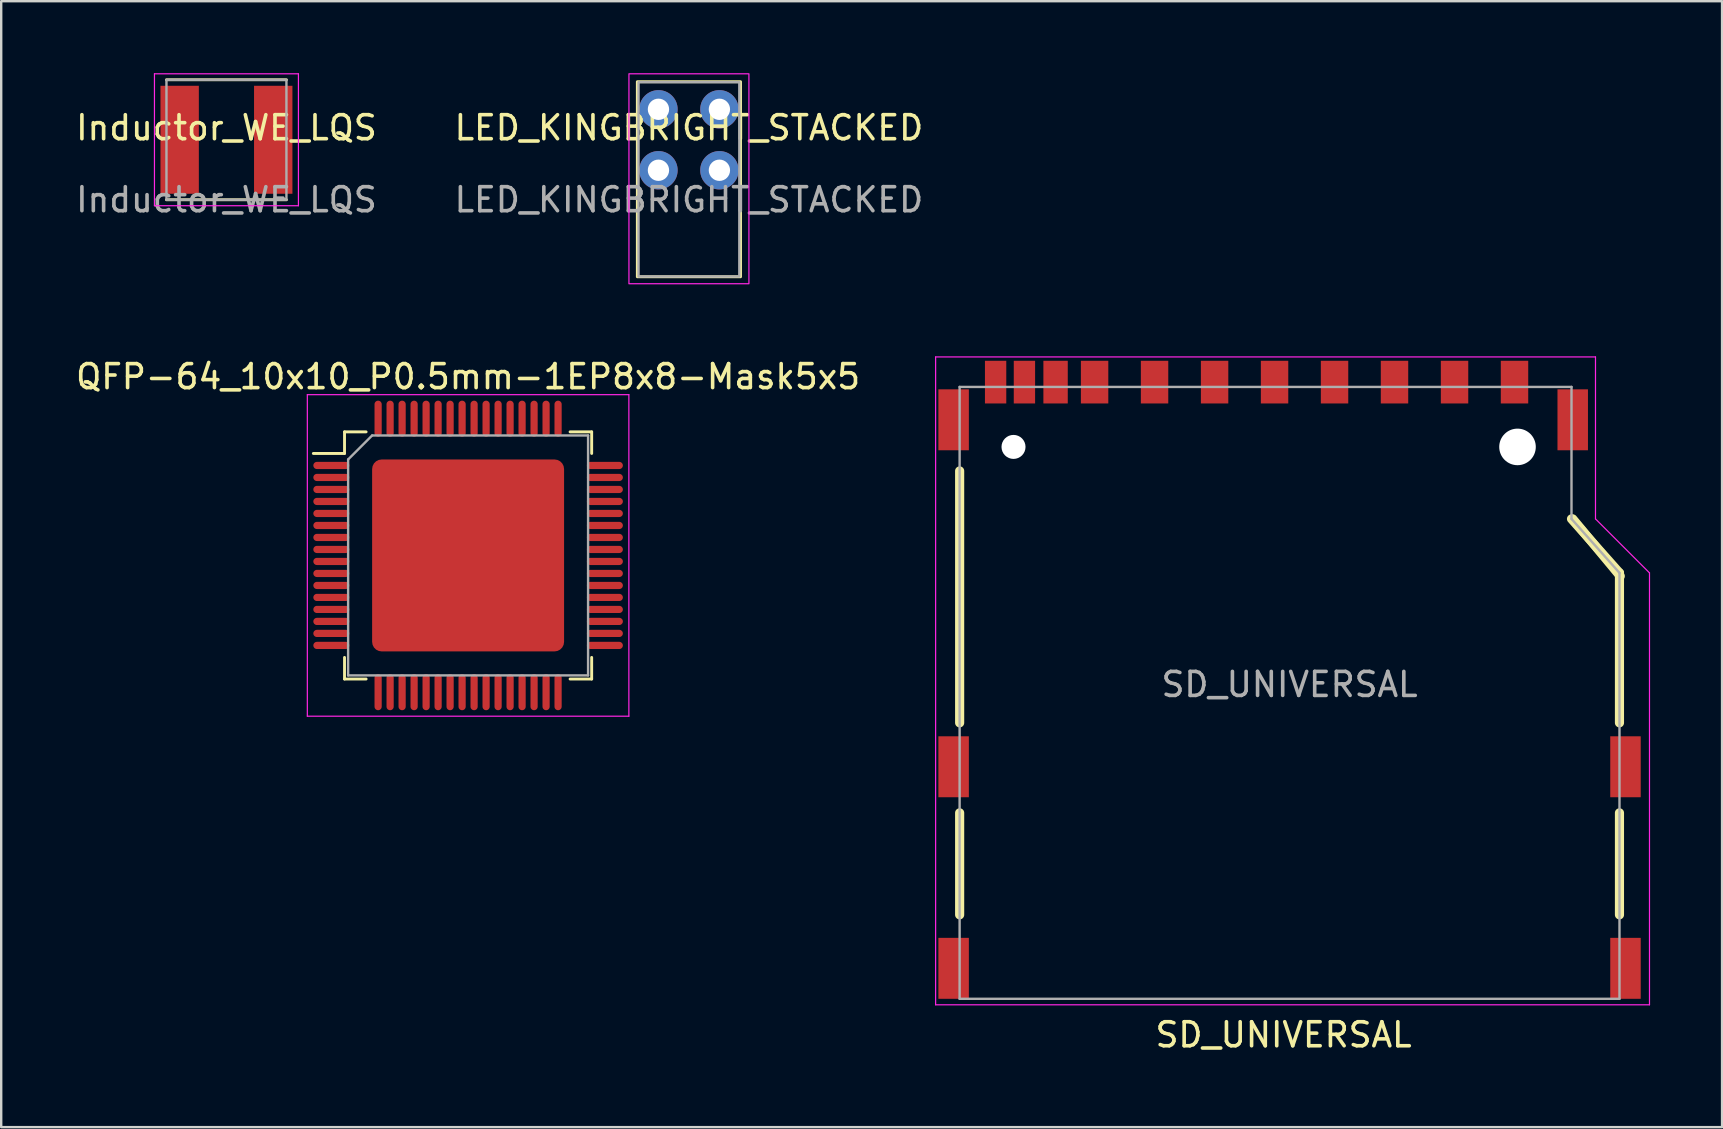
<source format=kicad_pcb>
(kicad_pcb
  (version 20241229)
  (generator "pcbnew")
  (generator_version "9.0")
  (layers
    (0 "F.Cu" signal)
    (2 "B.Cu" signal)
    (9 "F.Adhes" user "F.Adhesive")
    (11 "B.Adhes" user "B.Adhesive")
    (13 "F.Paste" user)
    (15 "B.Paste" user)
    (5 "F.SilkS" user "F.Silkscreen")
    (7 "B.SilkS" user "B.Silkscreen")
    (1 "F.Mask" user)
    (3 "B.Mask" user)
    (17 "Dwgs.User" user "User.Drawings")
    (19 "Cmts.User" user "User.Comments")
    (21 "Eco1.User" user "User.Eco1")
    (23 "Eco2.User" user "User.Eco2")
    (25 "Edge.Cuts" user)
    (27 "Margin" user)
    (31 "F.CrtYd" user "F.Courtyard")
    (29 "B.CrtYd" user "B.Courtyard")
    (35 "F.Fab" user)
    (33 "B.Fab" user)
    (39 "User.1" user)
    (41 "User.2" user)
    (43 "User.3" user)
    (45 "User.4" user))
  (footprint "SD_UNIVERSAL"
    (layer "F.Cu")
    (at 50.692 38.575)
    (property "Reference" "SD_UNIVERSAL" (at -0.249 1.501 0) (layer "F.SilkS") (effects (font (size 1 1) (thickness 0.15))))
    (attr smd)
    (fp_line (start -13.749 -11.501) (end -13.749 -21.999) (stroke (width 0.381) (type solid)) (layer "F.SilkS"))
    (fp_line (start -13.749 -3.5) (end -13.749 -7.75) (stroke (width 0.381) (type solid)) (layer "F.SilkS"))
    (fp_line (start 13.749 -17.75) (end 11.75 -20) (stroke (width 0.381) (type solid)) (layer "F.SilkS"))
    (fp_line (start 13.749 -11.501) (end 13.749 -17.75) (stroke (width 0.381) (type solid)) (layer "F.SilkS"))
    (fp_line (start 13.749 -3.5) (end 13.749 -7.75) (stroke (width 0.381) (type solid)) (layer "F.SilkS"))
    (fp_line (start 13.782 -17.615) (end 11.801 -20) (stroke (width 0.381) (type solid)) (layer "F.SilkS"))
    (fp_line (start -14.75 -26.75) (end 12.75 -26.75) (stroke (width 0.05) (type default)) (layer "F.CrtYd"))
    (fp_line (start -14.75 0.25) (end -14.75 -26.75) (stroke (width 0.05) (type default)) (layer "F.CrtYd"))
    (fp_line (start 12.75 -26.75) (end 12.75 -20) (stroke (width 0.05) (type default)) (layer "F.CrtYd"))
    (fp_line (start 12.75 -20) (end 15 -17.75) (stroke (width 0.05) (type default)) (layer "F.CrtYd"))
    (fp_line (start 15 -17.75) (end 15 0.25) (stroke (width 0.05) (type default)) (layer "F.CrtYd"))
    (fp_line (start 15 0.25) (end -14.75 0.25) (stroke (width 0.05) (type default)) (layer "F.CrtYd"))
    (fp_line (start -13.75 -25.5) (end -13.75 0) (stroke (width 0.1) (type default)) (layer "F.Fab"))
    (fp_line (start -13.75 0) (end 13.75 0) (stroke (width 0.1) (type default)) (layer "F.Fab"))
    (fp_line (start 11.75 -25.5) (end -13.75 -25.5) (stroke (width 0.1) (type default)) (layer "F.Fab"))
    (fp_line (start 11.75 -20) (end 11.75 -25.5) (stroke (width 0.1) (type default)) (layer "F.Fab"))
    (fp_line (start 13.75 -17.75) (end 11.75 -20) (stroke (width 0.1) (type default)) (layer "F.Fab"))
    (fp_line (start 13.75 0) (end 13.75 -17.75) (stroke (width 0.1) (type default)) (layer "F.Fab"))
    (fp_text user "${REFERENCE}" (at 0 -13.1 0) (unlocked yes) (layer "F.Fab") (effects (font (size 1 1) (thickness 0.15))))
    (pad "" np_thru_hole circle (at -11.504 -23) (size 1.001 1.001) (drill 1.001) (layers "*.Cu" "*.Mask"))
    (pad "" np_thru_hole circle (at 9.5 -23) (size 1.524 1.524) (drill 1.524) (layers "*.Cu" "*.Mask"))
    (pad "1" smd rect (at 6.876 -25.7) (size 1.143 1.778) (layers "F.Cu" "F.Mask" "F.Paste"))
    (pad "2" smd rect (at 4.374 -25.7) (size 1.143 1.778) (layers "F.Cu" "F.Mask" "F.Paste"))
    (pad "3" smd rect (at 1.875 -25.7) (size 1.143 1.778) (layers "F.Cu" "F.Mask" "F.Paste"))
    (pad "4" smd rect (at -0.625 -25.7) (size 1.143 1.778) (layers "F.Cu" "F.Mask" "F.Paste"))
    (pad "5" smd rect (at -3.124 -25.7) (size 1.143 1.778) (layers "F.Cu" "F.Mask" "F.Paste"))
    (pad "6" smd rect (at -5.626 -25.7) (size 1.143 1.778) (layers "F.Cu" "F.Mask" "F.Paste"))
    (pad "7" smd rect (at -8.125 -25.7) (size 1.143 1.778) (layers "F.Cu" "F.Mask" "F.Paste"))
    (pad "8" smd rect (at -9.751 -25.7) (size 1.016 1.778) (layers "F.Cu" "F.Mask" "F.Paste"))
    (pad "9" smd rect (at 9.375 -25.7) (size 1.143 1.778) (layers "F.Cu" "F.Mask" "F.Paste"))
    (pad "10" smd rect (at -11.049 -25.7) (size 0.889 1.778) (layers "F.Cu" "F.Mask" "F.Paste"))
    (pad "11" smd rect (at -12.25 -25.7) (size 0.889 1.778) (layers "F.Cu" "F.Mask" "F.Paste"))
    (pad "12" smd rect (at -14 -24.13) (size 1.27 2.54) (layers "F.Cu" "F.Mask" "F.Paste"))
    (pad "12" smd rect (at -14 -9.67) (size 1.27 2.54) (layers "F.Cu" "F.Mask" "F.Paste"))
    (pad "12" smd rect (at 11.801 -24.13) (size 1.27 2.54) (layers "F.Cu" "F.Mask" "F.Paste"))
    (pad "12" smd rect (at 14 -9.67) (size 1.27 2.54) (layers "F.Cu" "F.Mask" "F.Paste"))
    (pad "13" smd rect (at -14 -1.27) (size 1.27 2.54) (layers "F.Cu" "F.Mask" "F.Paste"))
    (pad "13" smd rect (at 14 -1.27) (size 1.27 2.54) (layers "F.Cu" "F.Mask" "F.Paste")))
  (footprint "QFP-64_10x10_P0.5mm-1EP8x8-Mask5x5"
    (layer "F.Cu")
    (at 16.458 20.098)
    (property "Reference" "QFP-64_10x10_P0.5mm-1EP8x8-Mask5x5" (at 0 -7.45 0) (layer "F.SilkS") (effects (font (size 1 1) (thickness 0.15))))
    (attr through_hole)
    (fp_line (start -5.15 -5.15) (end -5.15 -4.25) (stroke (width 0.12) (type default)) (layer "F.SilkS"))
    (fp_line (start -5.15 -4.25) (end -6.45 -4.25) (stroke (width 0.12) (type default)) (layer "F.SilkS"))
    (fp_line (start -5.15 5.15) (end -5.15 4.25) (stroke (width 0.12) (type default)) (layer "F.SilkS"))
    (fp_line (start -4.25 -5.15) (end -5.15 -5.15) (stroke (width 0.12) (type default)) (layer "F.SilkS"))
    (fp_line (start -4.25 5.15) (end -5.15 5.15) (stroke (width 0.12) (type default)) (layer "F.SilkS"))
    (fp_line (start 4.25 -5.15) (end 5.15 -5.15) (stroke (width 0.12) (type default)) (layer "F.SilkS"))
    (fp_line (start 4.25 5.15) (end 5.15 5.15) (stroke (width 0.12) (type default)) (layer "F.SilkS"))
    (fp_line (start 5.15 -5.15) (end 5.15 -4.25) (stroke (width 0.12) (type default)) (layer "F.SilkS"))
    (fp_line (start 5.15 5.15) (end 5.15 4.25) (stroke (width 0.12) (type default)) (layer "F.SilkS"))
    (fp_line (start -6.7 -6.7) (end 6.7 -6.7) (stroke (width 0.05) (type default)) (layer "F.CrtYd"))
    (fp_line (start -6.7 6.7) (end -6.7 -6.7) (stroke (width 0.05) (type default)) (layer "F.CrtYd"))
    (fp_line (start 6.7 -6.7) (end 6.7 6.7) (stroke (width 0.05) (type default)) (layer "F.CrtYd"))
    (fp_line (start 6.7 6.7) (end -6.7 6.7) (stroke (width 0.05) (type default)) (layer "F.CrtYd"))
    (fp_line (start -5 -4) (end -5 5) (stroke (width 0.1) (type default)) (layer "F.Fab"))
    (fp_line (start -5 5) (end 5 5) (stroke (width 0.1) (type default)) (layer "F.Fab"))
    (fp_line (start -4 -5) (end -5 -4) (stroke (width 0.1) (type default)) (layer "F.Fab"))
    (fp_line (start 5 -5) (end -4 -5) (stroke (width 0.1) (type default)) (layer "F.Fab"))
    (fp_line (start 5 5) (end 5 -5) (stroke (width 0.1) (type default)) (layer "F.Fab"))
    (pad "" smd rect (at 0 0) (size 5 5) (layers "F.Mask" "F.Paste"))
    (pad "1" smd oval (at -5.7 -3.75 90) (size 0.3 1.5) (layers "F.Cu" "F.Mask" "F.Paste"))
    (pad "2" smd oval (at -5.7 -3.25 90) (size 0.3 1.5) (layers "F.Cu" "F.Mask" "F.Paste"))
    (pad "3" smd oval (at -5.7 -2.75 90) (size 0.3 1.5) (layers "F.Cu" "F.Mask" "F.Paste"))
    (pad "4" smd oval (at -5.7 -2.25 90) (size 0.3 1.5) (layers "F.Cu" "F.Mask" "F.Paste"))
    (pad "5" smd oval (at -5.7 -1.75 90) (size 0.3 1.5) (layers "F.Cu" "F.Mask" "F.Paste"))
    (pad "6" smd oval (at -5.7 -1.25 90) (size 0.3 1.5) (layers "F.Cu" "F.Mask" "F.Paste"))
    (pad "7" smd oval (at -5.7 -0.75 90) (size 0.3 1.5) (layers "F.Cu" "F.Mask" "F.Paste"))
    (pad "8" smd oval (at -5.7 -0.25 90) (size 0.3 1.5) (layers "F.Cu" "F.Mask" "F.Paste"))
    (pad "9" smd oval (at -5.7 0.25 90) (size 0.3 1.5) (layers "F.Cu" "F.Mask" "F.Paste"))
    (pad "10" smd oval (at -5.7 0.75 90) (size 0.3 1.5) (layers "F.Cu" "F.Mask" "F.Paste"))
    (pad "11" smd oval (at -5.7 1.25 90) (size 0.3 1.5) (layers "F.Cu" "F.Mask" "F.Paste"))
    (pad "12" smd oval (at -5.7 1.75 90) (size 0.3 1.5) (layers "F.Cu" "F.Mask" "F.Paste"))
    (pad "13" smd oval (at -5.7 2.25 90) (size 0.3 1.5) (layers "F.Cu" "F.Mask" "F.Paste"))
    (pad "14" smd oval (at -5.7 2.75 90) (size 0.3 1.5) (layers "F.Cu" "F.Mask" "F.Paste"))
    (pad "15" smd oval (at -5.7 3.25 90) (size 0.3 1.5) (layers "F.Cu" "F.Mask" "F.Paste"))
    (pad "16" smd oval (at -5.7 3.75 90) (size 0.3 1.5) (layers "F.Cu" "F.Mask" "F.Paste"))
    (pad "17" smd oval (at -3.75 5.7) (size 0.3 1.5) (layers "F.Cu" "F.Mask" "F.Paste"))
    (pad "18" smd oval (at -3.25 5.7) (size 0.3 1.5) (layers "F.Cu" "F.Mask" "F.Paste"))
    (pad "19" smd oval (at -2.75 5.7) (size 0.3 1.5) (layers "F.Cu" "F.Mask" "F.Paste"))
    (pad "20" smd oval (at -2.25 5.7) (size 0.3 1.5) (layers "F.Cu" "F.Mask" "F.Paste"))
    (pad "21" smd oval (at -1.75 5.7) (size 0.3 1.5) (layers "F.Cu" "F.Mask" "F.Paste"))
    (pad "22" smd oval (at -1.25 5.7) (size 0.3 1.5) (layers "F.Cu" "F.Mask" "F.Paste"))
    (pad "23" smd oval (at -0.75 5.7) (size 0.3 1.5) (layers "F.Cu" "F.Mask" "F.Paste"))
    (pad "24" smd oval (at -0.25 5.7) (size 0.3 1.5) (layers "F.Cu" "F.Mask" "F.Paste"))
    (pad "25" smd oval (at 0.25 5.7) (size 0.3 1.5) (layers "F.Cu" "F.Mask" "F.Paste"))
    (pad "26" smd oval (at 0.75 5.7) (size 0.3 1.5) (layers "F.Cu" "F.Mask" "F.Paste"))
    (pad "27" smd oval (at 1.25 5.7) (size 0.3 1.5) (layers "F.Cu" "F.Mask" "F.Paste"))
    (pad "28" smd oval (at 1.75 5.7) (size 0.3 1.5) (layers "F.Cu" "F.Mask" "F.Paste"))
    (pad "29" smd oval (at 2.25 5.7) (size 0.3 1.5) (layers "F.Cu" "F.Mask" "F.Paste"))
    (pad "30" smd oval (at 2.75 5.7) (size 0.3 1.5) (layers "F.Cu" "F.Mask" "F.Paste"))
    (pad "31" smd oval (at 3.25 5.7) (size 0.3 1.5) (layers "F.Cu" "F.Mask" "F.Paste"))
    (pad "32" smd oval (at 3.75 5.7) (size 0.3 1.5) (layers "F.Cu" "F.Mask" "F.Paste"))
    (pad "33" smd oval (at 5.7 3.75 90) (size 0.3 1.5) (layers "F.Cu" "F.Mask" "F.Paste"))
    (pad "34" smd oval (at 5.7 3.25 90) (size 0.3 1.5) (layers "F.Cu" "F.Mask" "F.Paste"))
    (pad "35" smd oval (at 5.7 2.75 90) (size 0.3 1.5) (layers "F.Cu" "F.Mask" "F.Paste"))
    (pad "36" smd oval (at 5.7 2.25 90) (size 0.3 1.5) (layers "F.Cu" "F.Mask" "F.Paste"))
    (pad "37" smd oval (at 5.7 1.75 90) (size 0.3 1.5) (layers "F.Cu" "F.Mask" "F.Paste"))
    (pad "38" smd oval (at 5.7 1.25 90) (size 0.3 1.5) (layers "F.Cu" "F.Mask" "F.Paste"))
    (pad "39" smd oval (at 5.7 0.75 90) (size 0.3 1.5) (layers "F.Cu" "F.Mask" "F.Paste"))
    (pad "40" smd oval (at 5.7 0.25 90) (size 0.3 1.5) (layers "F.Cu" "F.Mask" "F.Paste"))
    (pad "41" smd oval (at 5.7 -0.25 90) (size 0.3 1.5) (layers "F.Cu" "F.Mask" "F.Paste"))
    (pad "42" smd oval (at 5.7 -0.75 90) (size 0.3 1.5) (layers "F.Cu" "F.Mask" "F.Paste"))
    (pad "43" smd oval (at 5.7 -1.25 90) (size 0.3 1.5) (layers "F.Cu" "F.Mask" "F.Paste"))
    (pad "44" smd oval (at 5.7 -1.75 90) (size 0.3 1.5) (layers "F.Cu" "F.Mask" "F.Paste"))
    (pad "45" smd oval (at 5.7 -2.25 90) (size 0.3 1.5) (layers "F.Cu" "F.Mask" "F.Paste"))
    (pad "46" smd oval (at 5.7 -2.75 90) (size 0.3 1.5) (layers "F.Cu" "F.Mask" "F.Paste"))
    (pad "47" smd oval (at 5.7 -3.25 90) (size 0.3 1.5) (layers "F.Cu" "F.Mask" "F.Paste"))
    (pad "48" smd oval (at 5.7 -3.75 90) (size 0.3 1.5) (layers "F.Cu" "F.Mask" "F.Paste"))
    (pad "49" smd oval (at 3.75 -5.7) (size 0.3 1.5) (layers "F.Cu" "F.Mask" "F.Paste"))
    (pad "50" smd oval (at 3.25 -5.7) (size 0.3 1.5) (layers "F.Cu" "F.Mask" "F.Paste"))
    (pad "51" smd oval (at 2.75 -5.7) (size 0.3 1.5) (layers "F.Cu" "F.Mask" "F.Paste"))
    (pad "52" smd oval (at 2.25 -5.7) (size 0.3 1.5) (layers "F.Cu" "F.Mask" "F.Paste"))
    (pad "53" smd oval (at 1.75 -5.7) (size 0.3 1.5) (layers "F.Cu" "F.Mask" "F.Paste"))
    (pad "54" smd oval (at 1.25 -5.7) (size 0.3 1.5) (layers "F.Cu" "F.Mask" "F.Paste"))
    (pad "55" smd oval (at 0.75 -5.7) (size 0.3 1.5) (layers "F.Cu" "F.Mask" "F.Paste"))
    (pad "56" smd oval (at 0.25 -5.7) (size 0.3 1.5) (layers "F.Cu" "F.Mask" "F.Paste"))
    (pad "57" smd oval (at -0.25 -5.7) (size 0.3 1.5) (layers "F.Cu" "F.Mask" "F.Paste"))
    (pad "58" smd oval (at -0.75 -5.7) (size 0.3 1.5) (layers "F.Cu" "F.Mask" "F.Paste"))
    (pad "59" smd oval (at -1.25 -5.7) (size 0.3 1.5) (layers "F.Cu" "F.Mask" "F.Paste"))
    (pad "60" smd oval (at -1.75 -5.7) (size 0.3 1.5) (layers "F.Cu" "F.Mask" "F.Paste"))
    (pad "61" smd oval (at -2.25 -5.7) (size 0.3 1.5) (layers "F.Cu" "F.Mask" "F.Paste"))
    (pad "62" smd oval (at -2.75 -5.7) (size 0.3 1.5) (layers "F.Cu" "F.Mask" "F.Paste"))
    (pad "63" smd oval (at -3.25 -5.7) (size 0.3 1.5) (layers "F.Cu" "F.Mask" "F.Paste"))
    (pad "64" smd oval (at -3.75 -5.7) (size 0.3 1.5) (layers "F.Cu" "F.Mask" "F.Paste"))
    (pad "65" smd roundrect (at 0 0) (size 8 8) (layers "F.Cu") (roundrect_rratio 0.05)))
  (footprint "Inductor_WE_LQS"
    (layer "F.Cu")
    (at 6.387 2.775)
    (property "Reference" "Inductor_WE_LQS" (at 0 -0.5 0) (unlocked yes) (layer "F.SilkS") (effects (font (size 1 1) (thickness 0.15))))
    (attr smd)
    (fp_line (start -2.5 -2.5) (end 2.5 -2.5) (stroke (width 0.12) (type default)) (layer "F.SilkS"))
    (fp_line (start -2.5 2.5) (end 2.5 2.5) (stroke (width 0.12) (type default)) (layer "F.SilkS"))
    (fp_line (start -3 -2.75) (end 3 -2.75) (stroke (width 0.05) (type default)) (layer "F.CrtYd"))
    (fp_line (start -3 2.75) (end -3 -2.75) (stroke (width 0.05) (type default)) (layer "F.CrtYd"))
    (fp_line (start 3 -2.75) (end 3 2.75) (stroke (width 0.05) (type default)) (layer "F.CrtYd"))
    (fp_line (start 3 2.75) (end -3 2.75) (stroke (width 0.05) (type default)) (layer "F.CrtYd"))
    (fp_rect (start -2.5 -2.5) (end 2.5 2.5) (stroke (width 0.1) (type default)) (fill no) (layer "F.Fab"))
    (fp_text user "${REFERENCE}" (at 0 2.5 0) (unlocked yes) (layer "F.Fab") (effects (font (size 1 1) (thickness 0.15))))
    (pad "1" smd rect (at -1.95 0) (size 1.6 4.5) (layers "F.Cu" "F.Mask" "F.Paste"))
    (pad "2" smd rect (at 1.95 0) (size 1.6 4.5) (layers "F.Cu" "F.Mask" "F.Paste")))
  (footprint "LED_KINGBRIGHT_STACKED"
    (layer "F.Cu")
    (at 25.661 2.775)
    (property "Reference" "LED_KINGBRIGHT_STACKED" (at 0 -0.5 0) (unlocked yes) (layer "F.SilkS") (effects (font (size 1 1) (thickness 0.15))))
    (attr through_hole)
    (fp_rect (start -2.15 -2.42) (end 2.15 5.71) (stroke (width 0.12) (type default)) (fill no) (layer "F.SilkS"))
    (fp_rect (start -2.5 -2.75) (end 2.5 6) (stroke (width 0.05) (type default)) (fill no) (layer "F.CrtYd"))
    (fp_rect (start -2.1 -2.4) (end 2.1 5.7) (stroke (width 0.1) (type default)) (fill no) (layer "F.Fab"))
    (fp_text user "${REFERENCE}" (at 0 2.5 0) (unlocked yes) (layer "F.Fab") (effects (font (size 1 1) (thickness 0.15))))
    (pad "1" thru_hole circle (at -1.27 1.27) (size 1.6 1.6) (drill 0.889) (layers "*.Cu" "*.Mask"))
    (pad "2" thru_hole circle (at 1.27 1.27) (size 1.6 1.6) (drill 0.889) (layers "*.Cu" "*.Mask"))
    (pad "3" thru_hole circle (at -1.27 -1.27) (size 1.6 1.6) (drill 0.889) (layers "*.Cu" "*.Mask"))
    (pad "4" thru_hole circle (at 1.27 -1.27) (size 1.6 1.6) (drill 0.889) (layers "*.Cu" "*.Mask")))
  (gr_rect
    (start -3 -3)
    (end 68.717 43.924)
    (stroke (width 0.1) (type default))
    (fill no)
    (layer "Edge.Cuts")))
</source>
